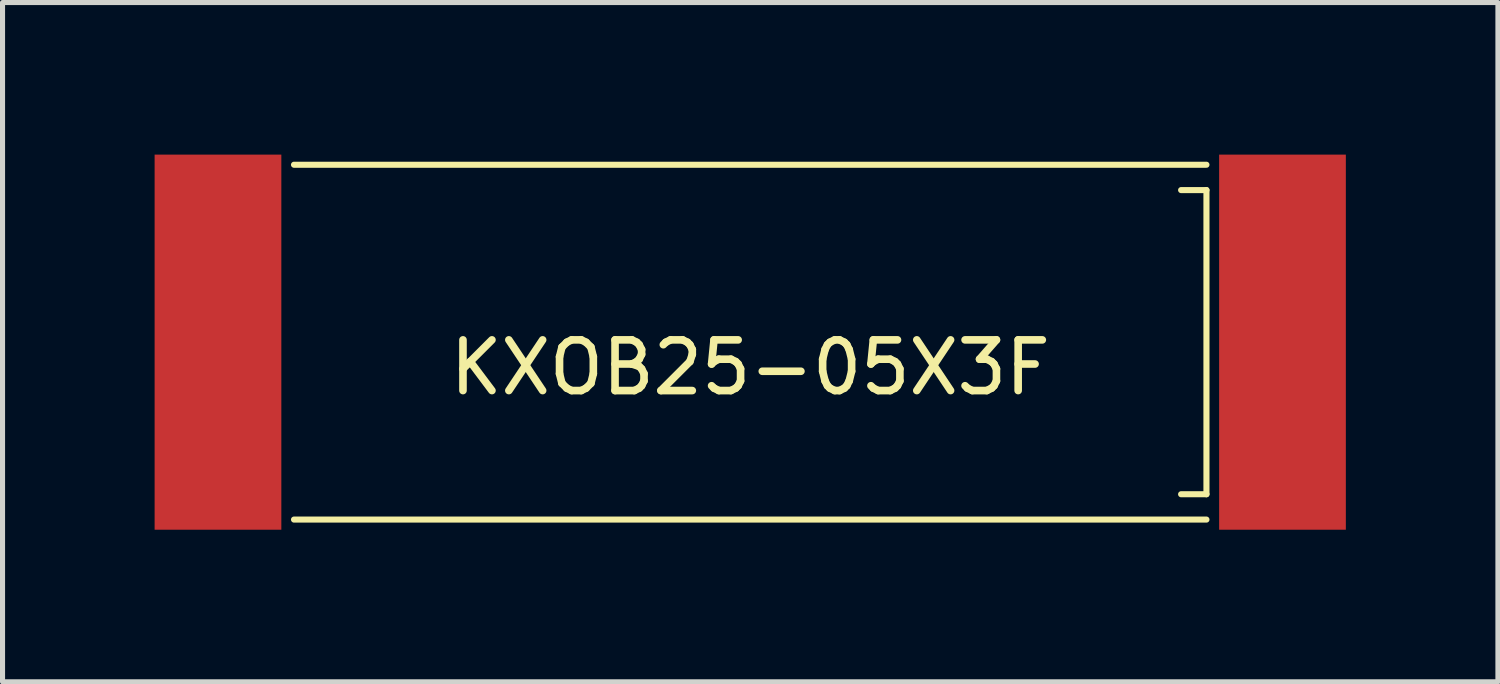
<source format=kicad_pcb>
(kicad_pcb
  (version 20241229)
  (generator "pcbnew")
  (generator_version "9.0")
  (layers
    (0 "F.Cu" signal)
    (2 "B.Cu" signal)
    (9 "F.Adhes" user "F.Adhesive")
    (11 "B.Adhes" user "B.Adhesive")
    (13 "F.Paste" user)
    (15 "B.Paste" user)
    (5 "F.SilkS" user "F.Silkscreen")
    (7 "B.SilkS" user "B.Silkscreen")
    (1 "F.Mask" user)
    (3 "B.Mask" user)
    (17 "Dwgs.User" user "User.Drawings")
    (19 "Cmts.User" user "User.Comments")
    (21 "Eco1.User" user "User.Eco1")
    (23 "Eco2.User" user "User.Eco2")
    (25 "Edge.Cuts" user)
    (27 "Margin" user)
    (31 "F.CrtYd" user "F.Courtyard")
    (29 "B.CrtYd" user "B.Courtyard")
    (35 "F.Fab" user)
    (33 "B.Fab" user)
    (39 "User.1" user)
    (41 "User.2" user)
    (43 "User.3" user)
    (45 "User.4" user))
  (footprint "KXOB25-05X3F"
    (layer "F.Cu")
    (at 11.75 3.7)
    (property "Reference" "KXOB25-05X3F" (at 0 0.5 0) (layer "F.SilkS") (effects (font (size 1 1) (thickness 0.15))))
    (attr through_hole)
    (fp_line (start -9 -3.5) (end 9 -3.5) (stroke (width 0.12) (type solid)) (layer "F.SilkS"))
    (fp_line (start -9 3.5) (end 9 3.5) (stroke (width 0.12) (type solid)) (layer "F.SilkS"))
    (fp_line (start 9 -3) (end 8.5 -3) (stroke (width 0.12) (type solid)) (layer "F.SilkS"))
    (fp_line (start 9 -3) (end 9 3) (stroke (width 0.12) (type solid)) (layer "F.SilkS"))
    (fp_line (start 9 3) (end 8.5 3) (stroke (width 0.12) (type solid)) (layer "F.SilkS"))
    (pad "1" smd rect (at -10.5 0) (size 2.5 7.4) (layers "F.Cu" "F.Mask" "F.Paste"))
    (pad "2" smd rect (at 10.5 0) (size 2.5 7.4) (layers "F.Cu" "F.Mask" "F.Paste")))
  (gr_rect
    (start -3 -3)
    (end 26.5 10.4)
    (stroke (width 0.1) (type default))
    (fill no)
    (layer "Edge.Cuts")))
</source>
